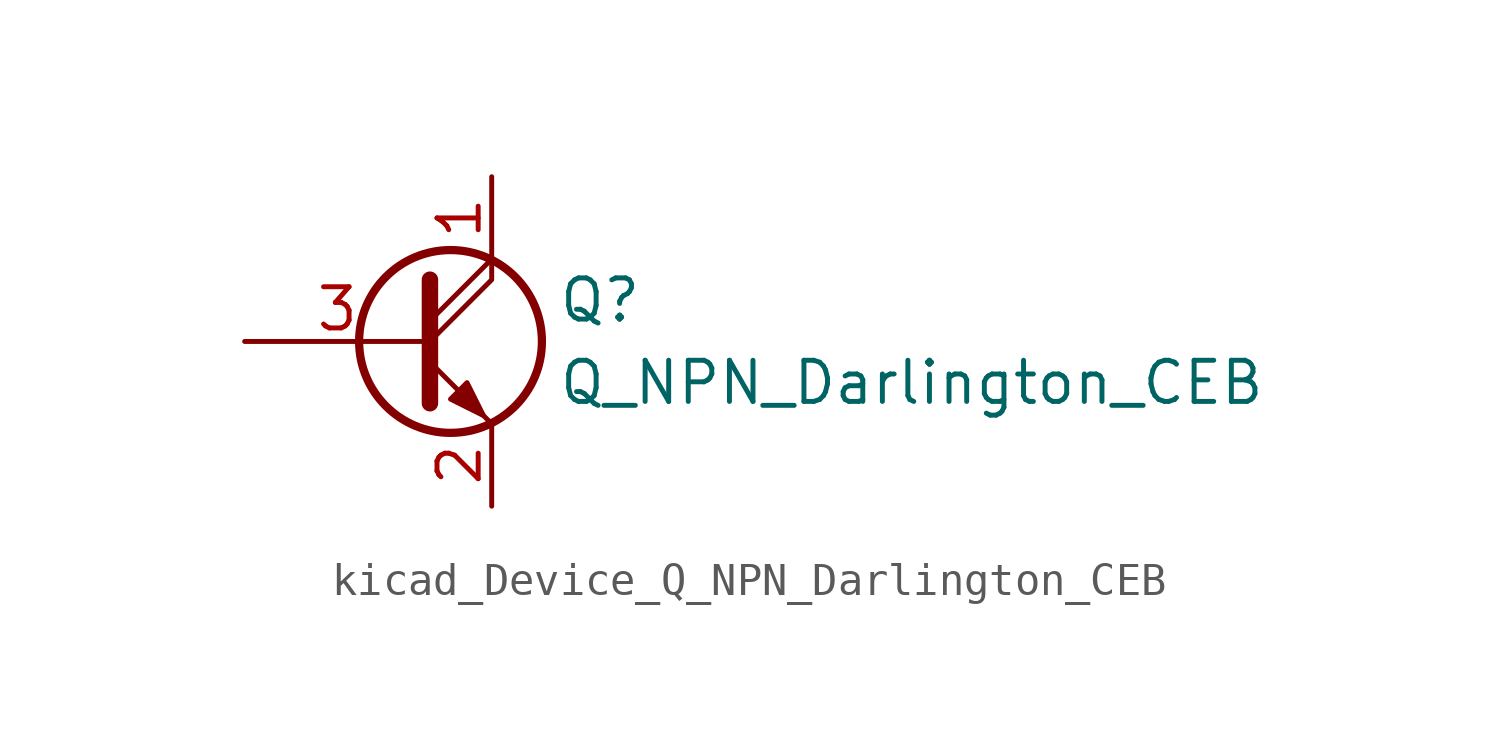
<source format=kicad_sym>
(kicad_symbol_lib
  (version 20220914)
  (generator kicad_symbol_editor)
  (symbol "kicad_Device_Q_NPN_Darlington_CEB"
    (pin_names
      (offset 0) hide)
    (property "Reference" "Q"
      (at 4.572 1.27 0)
      (effects (font (size 1.27 1.27)) (justify left)))
    (property "Value" "Q_NPN_Darlington_CEB"
      (at 4.572 -1.27 0)
      (effects (font (size 1.27 1.27)) (justify left)))
    (symbol "kicad_Device_Q_NPN_Darlington_CEB_0_1"
      (polyline (pts (xy 0.635 0.635) (xy 2.54 2.54)) (stroke (width 0) (type default)) (fill (type none)))
      (polyline (pts (xy 0.635 -0.635) (xy 2.54 -2.54) (xy 2.54 -2.54)) (stroke (width 0) (type default)) (fill (type none)))
      (polyline (pts (xy 0.635 0) (xy 2.54 1.905) (xy 2.54 2.54)) (stroke (width 0) (type default)) (fill (type none)))
      (polyline (pts (xy 0.635 1.905) (xy 0.635 -1.905) (xy 0.635 -1.905)) (stroke (width 0.508) (type default)) (fill (type none)))
      (polyline (pts (xy 1.27 -1.778) (xy 1.778 -1.27) (xy 2.286 -2.286) (xy 1.27 -1.778) (xy 1.27 -1.778)) (stroke (width 0) (type default)) (fill (type outline)))
      (circle (center 1.27 0) (radius 2.819) (stroke (width 0.254) (type default)) (fill (type none))))
    (symbol "kicad_Device_Q_NPN_Darlington_CEB_1_1"
      (pin passive line (at 2.54 5.08 270) (length 2.54) (name "C" (effects (font (size 1.27 1.27)))) (number "1" (effects (font (size 1.27 1.27)))))
      (pin passive line (at 2.54 -5.08 90) (length 2.54) (name "E" (effects (font (size 1.27 1.27)))) (number "2" (effects (font (size 1.27 1.27)))))
      (pin input line (at -5.08 0 0) (length 5.715) (name "B" (effects (font (size 1.27 1.27)))) (number "3" (effects (font (size 1.27 1.27))))))))
</source>
